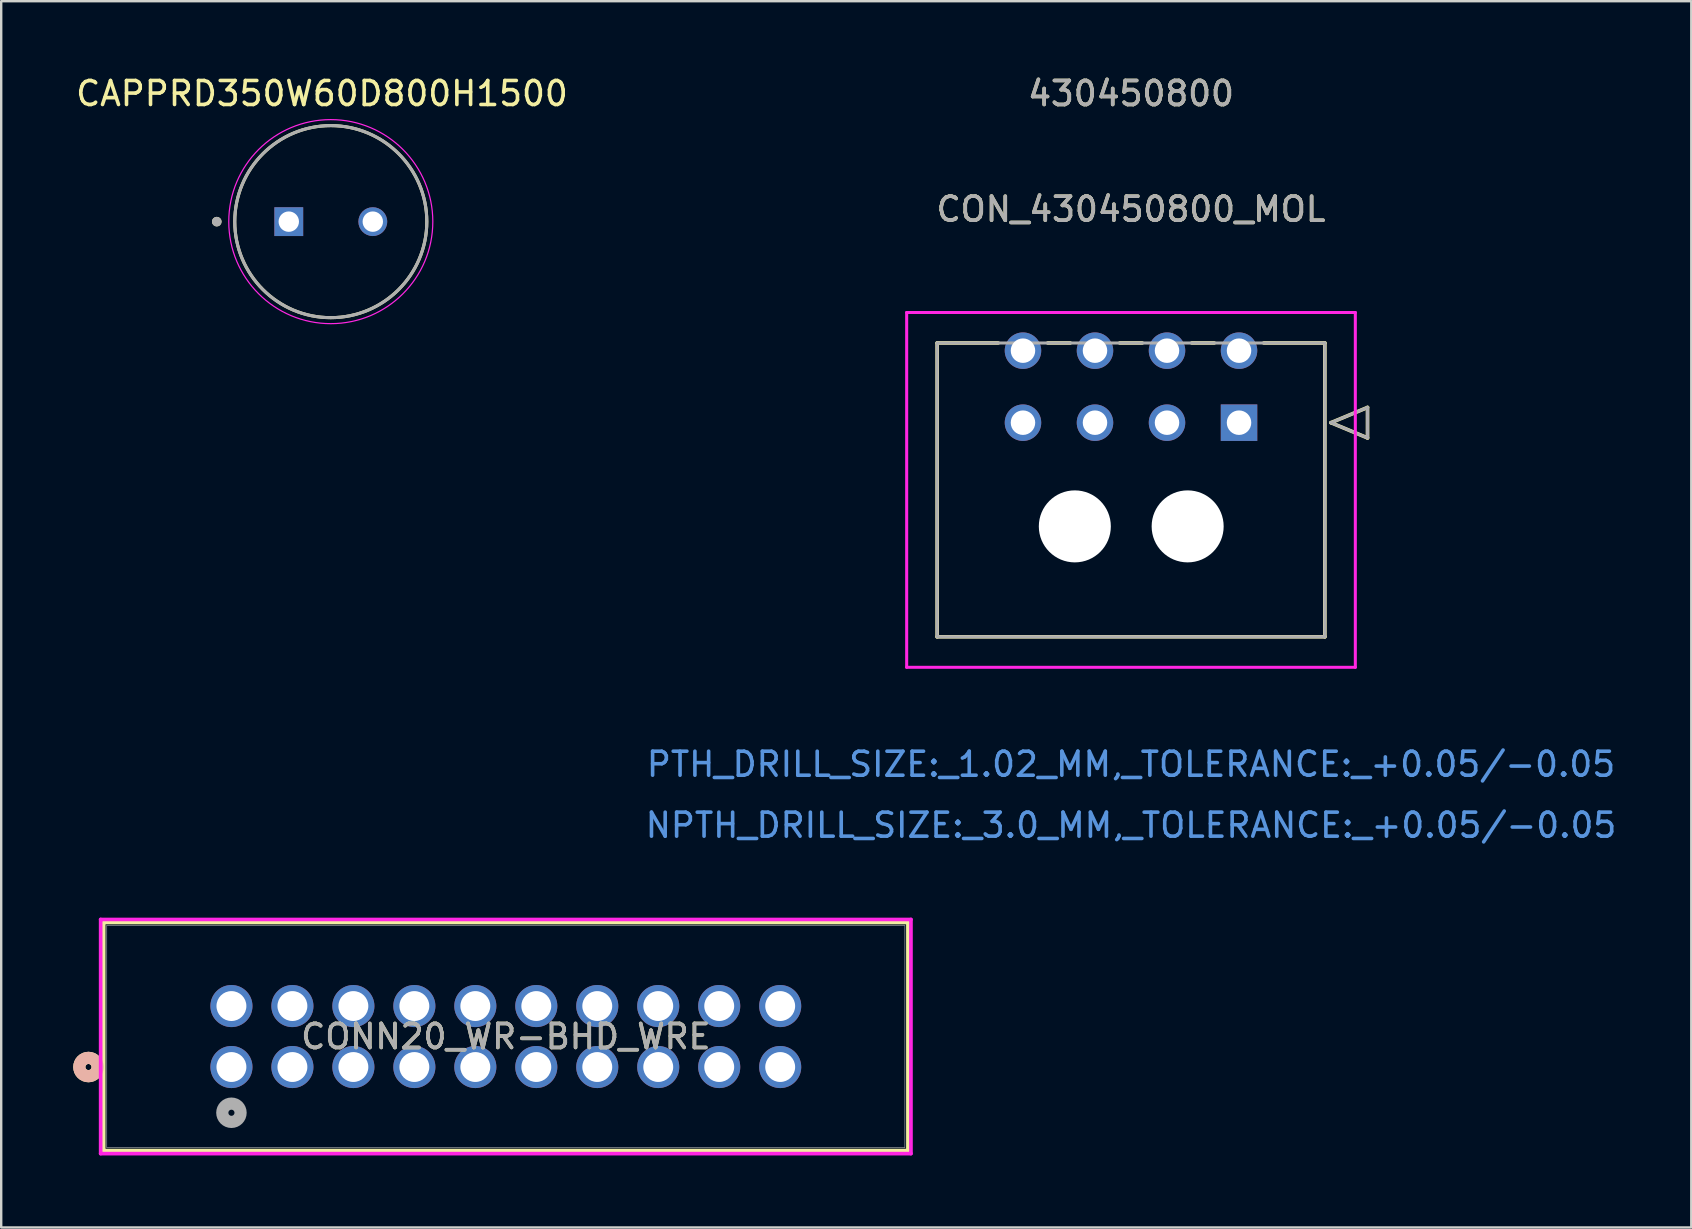
<source format=kicad_pcb>
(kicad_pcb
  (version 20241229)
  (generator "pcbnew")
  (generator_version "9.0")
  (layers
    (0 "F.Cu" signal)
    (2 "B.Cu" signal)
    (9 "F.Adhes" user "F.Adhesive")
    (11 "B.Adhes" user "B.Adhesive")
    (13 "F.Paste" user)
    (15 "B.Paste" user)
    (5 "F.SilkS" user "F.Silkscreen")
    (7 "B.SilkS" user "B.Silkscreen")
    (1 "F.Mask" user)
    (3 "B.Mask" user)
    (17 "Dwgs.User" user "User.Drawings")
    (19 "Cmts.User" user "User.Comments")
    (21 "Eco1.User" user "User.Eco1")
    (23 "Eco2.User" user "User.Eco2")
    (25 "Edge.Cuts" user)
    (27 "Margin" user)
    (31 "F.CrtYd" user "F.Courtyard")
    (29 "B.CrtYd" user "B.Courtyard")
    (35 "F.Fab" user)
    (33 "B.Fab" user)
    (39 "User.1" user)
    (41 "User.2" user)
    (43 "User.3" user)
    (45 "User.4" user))
  (footprint "CONN20_WR-BHD_WRE"
    (layer "F.Cu")
    (at 6.591 41.4)
    (property "Reference" "CONN20_WR-BHD_WRE" (at 11.43 -1.27 0) (unlocked yes) (layer "F.SilkS") (effects (font (size 1 1) (thickness 0.15))))
    (attr through_hole)
    (fp_line (start -5.321 -6.02) (end -5.321 3.48) (stroke (width 0.152) (type solid)) (layer "F.SilkS"))
    (fp_line (start -5.321 3.48) (end 28.181 3.48) (stroke (width 0.152) (type solid)) (layer "F.SilkS"))
    (fp_line (start 28.181 -6.02) (end -5.321 -6.02) (stroke (width 0.152) (type solid)) (layer "F.SilkS"))
    (fp_line (start 28.181 3.48) (end 28.181 -6.02) (stroke (width 0.152) (type solid)) (layer "F.SilkS"))
    (fp_circle (center -5.956 0) (end -5.575 0) (stroke (width 0.508) (type solid)) (fill no) (layer "F.SilkS"))
    (fp_circle (center -5.956 0) (end -5.575 0) (stroke (width 0.508) (type solid)) (fill no) (layer "B.SilkS"))
    (fp_line (start -5.448 -6.147) (end -5.448 3.607) (stroke (width 0.152) (type solid)) (layer "F.CrtYd"))
    (fp_line (start -5.448 3.607) (end 28.308 3.607) (stroke (width 0.152) (type solid)) (layer "F.CrtYd"))
    (fp_line (start 28.308 -6.147) (end -5.448 -6.147) (stroke (width 0.152) (type solid)) (layer "F.CrtYd"))
    (fp_line (start 28.308 3.607) (end 28.308 -6.147) (stroke (width 0.152) (type solid)) (layer "F.CrtYd"))
    (fp_line (start -5.194 -5.893) (end -5.194 3.353) (stroke (width 0.025) (type solid)) (layer "F.Fab"))
    (fp_line (start -5.194 3.353) (end 28.054 3.353) (stroke (width 0.025) (type solid)) (layer "F.Fab"))
    (fp_line (start 28.054 -5.893) (end -5.194 -5.893) (stroke (width 0.025) (type solid)) (layer "F.Fab"))
    (fp_line (start 28.054 3.353) (end 28.054 -5.893) (stroke (width 0.025) (type solid)) (layer "F.Fab"))
    (fp_circle (center 0 1.905) (end 0.381 1.905) (stroke (width 0.508) (type solid)) (fill no) (layer "F.Fab"))
    (fp_text user "${REFERENCE}" (at 11.43 -1.27 0) (unlocked yes) (layer "F.Fab") (effects (font (size 1 1) (thickness 0.15))))
    (pad "1" thru_hole circle (at 0 0) (size 1.753 1.753) (drill 1.245) (layers "*.Cu" "*.Mask"))
    (pad "2" thru_hole circle (at 0 -2.54) (size 1.753 1.753) (drill 1.245) (layers "*.Cu" "*.Mask"))
    (pad "3" thru_hole circle (at 2.54 0) (size 1.753 1.753) (drill 1.245) (layers "*.Cu" "*.Mask"))
    (pad "4" thru_hole circle (at 2.54 -2.54) (size 1.753 1.753) (drill 1.245) (layers "*.Cu" "*.Mask"))
    (pad "5" thru_hole circle (at 5.08 0) (size 1.753 1.753) (drill 1.245) (layers "*.Cu" "*.Mask"))
    (pad "6" thru_hole circle (at 5.08 -2.54) (size 1.753 1.753) (drill 1.245) (layers "*.Cu" "*.Mask"))
    (pad "7" thru_hole circle (at 7.62 0) (size 1.753 1.753) (drill 1.245) (layers "*.Cu" "*.Mask"))
    (pad "8" thru_hole circle (at 7.62 -2.54) (size 1.753 1.753) (drill 1.245) (layers "*.Cu" "*.Mask"))
    (pad "9" thru_hole circle (at 10.16 0) (size 1.753 1.753) (drill 1.245) (layers "*.Cu" "*.Mask"))
    (pad "10" thru_hole circle (at 10.16 -2.54) (size 1.753 1.753) (drill 1.245) (layers "*.Cu" "*.Mask"))
    (pad "11" thru_hole circle (at 12.7 0) (size 1.753 1.753) (drill 1.245) (layers "*.Cu" "*.Mask"))
    (pad "12" thru_hole circle (at 12.7 -2.54) (size 1.753 1.753) (drill 1.245) (layers "*.Cu" "*.Mask"))
    (pad "13" thru_hole circle (at 15.24 0) (size 1.753 1.753) (drill 1.245) (layers "*.Cu" "*.Mask"))
    (pad "14" thru_hole circle (at 15.24 -2.54) (size 1.753 1.753) (drill 1.245) (layers "*.Cu" "*.Mask"))
    (pad "15" thru_hole circle (at 17.78 0) (size 1.753 1.753) (drill 1.245) (layers "*.Cu" "*.Mask"))
    (pad "16" thru_hole circle (at 17.78 -2.54) (size 1.753 1.753) (drill 1.245) (layers "*.Cu" "*.Mask"))
    (pad "17" thru_hole circle (at 20.32 0) (size 1.753 1.753) (drill 1.245) (layers "*.Cu" "*.Mask"))
    (pad "18" thru_hole circle (at 20.32 -2.54) (size 1.753 1.753) (drill 1.245) (layers "*.Cu" "*.Mask"))
    (pad "19" thru_hole circle (at 22.86 0) (size 1.753 1.753) (drill 1.245) (layers "*.Cu" "*.Mask"))
    (pad "20" thru_hole circle (at 22.86 -2.54) (size 1.753 1.753) (drill 1.245) (layers "*.Cu" "*.Mask")))
  (footprint "CON_430450800_MOL"
    (layer "F.Cu")
    (at 48.565 14.558)
    (property "Reference" "CON_430450800_MOL" (at -4.5 -8.89 0) (unlocked yes) (layer "F.SilkS") (effects (font (size 1 1) (thickness 0.15))))
    (attr through_hole)
    (fp_line (start -12.575 -3.32) (end -12.575 8.92) (stroke (width 0.152) (type solid)) (layer "F.SilkS"))
    (fp_line (start -12.575 8.92) (end 3.575 8.92) (stroke (width 0.152) (type solid)) (layer "F.SilkS"))
    (fp_line (start -10.032 -3.32) (end -12.575 -3.32) (stroke (width 0.152) (type solid)) (layer "F.SilkS"))
    (fp_line (start -7.032 -3.32) (end -7.968 -3.32) (stroke (width 0.152) (type solid)) (layer "F.SilkS"))
    (fp_line (start -4.032 -3.32) (end -4.968 -3.32) (stroke (width 0.152) (type solid)) (layer "F.SilkS"))
    (fp_line (start -1.032 -3.32) (end -1.968 -3.32) (stroke (width 0.152) (type solid)) (layer "F.SilkS"))
    (fp_line (start 3.575 -3.32) (end 1.032 -3.32) (stroke (width 0.152) (type solid)) (layer "F.SilkS"))
    (fp_line (start 3.575 8.92) (end 3.575 -3.32) (stroke (width 0.152) (type solid)) (layer "F.SilkS"))
    (fp_line (start 3.829 0) (end 5.353 -0.635) (stroke (width 0.152) (type solid)) (layer "F.SilkS"))
    (fp_line (start 5.353 -0.635) (end 5.353 0.635) (stroke (width 0.152) (type solid)) (layer "F.SilkS"))
    (fp_line (start 5.353 0.635) (end 3.829 0) (stroke (width 0.152) (type solid)) (layer "F.SilkS"))
    (fp_line (start -13.845 -4.59) (end -13.845 10.19) (stroke (width 0.127) (type solid)) (layer "F.CrtYd"))
    (fp_line (start -13.845 10.19) (end 4.845 10.19) (stroke (width 0.127) (type solid)) (layer "F.CrtYd"))
    (fp_line (start 4.845 -4.59) (end -13.845 -4.59) (stroke (width 0.127) (type solid)) (layer "F.CrtYd"))
    (fp_line (start 4.845 10.19) (end 4.845 -4.59) (stroke (width 0.127) (type solid)) (layer "F.CrtYd"))
    (fp_line (start -12.575 -3.32) (end -12.575 8.92) (stroke (width 0.127) (type solid)) (layer "F.Fab"))
    (fp_line (start -12.575 8.92) (end 3.575 8.92) (stroke (width 0.127) (type solid)) (layer "F.Fab"))
    (fp_line (start 3.575 -3.32) (end -12.575 -3.32) (stroke (width 0.127) (type solid)) (layer "F.Fab"))
    (fp_line (start 3.575 8.92) (end 3.575 -3.32) (stroke (width 0.127) (type solid)) (layer "F.Fab"))
    (fp_line (start 3.829 0) (end 5.353 -0.635) (stroke (width 0.127) (type solid)) (layer "F.Fab"))
    (fp_line (start 5.353 -0.635) (end 5.353 0.635) (stroke (width 0.127) (type solid)) (layer "F.Fab"))
    (fp_line (start 5.353 0.635) (end 3.829 0) (stroke (width 0.127) (type solid)) (layer "F.Fab"))
    (fp_text user "430450800" (at -4.5 -13.71 0) (unlocked yes) (layer "F.SilkS") (effects (font (size 1 1) (thickness 0.15))))
    (fp_text user "NPTH_DRILL_SIZE:_3.0_MM,_TOLERANCE:_+0.05/-0.05" (at -4.5 16.77 0) (unlocked yes) (layer "Cmts.User") (effects (font (size 1 1) (thickness 0.15))))
    (fp_text user "PTH_DRILL_SIZE:_1.02_MM,_TOLERANCE:_+0.05/-0.05" (at -4.5 14.23 0) (unlocked yes) (layer "Cmts.User") (effects (font (size 1 1) (thickness 0.15))))
    (fp_text user "${REFERENCE}" (at -4.5 -8.89 0) (unlocked yes) (layer "F.Fab") (effects (font (size 1 1) (thickness 0.15))))
    (fp_text user "430450800" (at -4.5 -13.71 0) (unlocked yes) (layer "F.Fab") (effects (font (size 1 1) (thickness 0.15))))
    (pad "" np_thru_hole circle (at -6.84 4.32) (size 3 3) (drill 3) (layers "*.Cu" "*.Mask"))
    (pad "" np_thru_hole circle (at -2.14 4.32) (size 3 3) (drill 3) (layers "*.Cu" "*.Mask"))
    (pad "1" thru_hole rect (at 0 0) (size 1.52 1.52) (drill 1.02) (layers "*.Cu" "*.Mask"))
    (pad "2" thru_hole circle (at -3 0) (size 1.52 1.52) (drill 1.02) (layers "*.Cu" "*.Mask"))
    (pad "3" thru_hole circle (at -6 0) (size 1.52 1.52) (drill 1.02) (layers "*.Cu" "*.Mask"))
    (pad "4" thru_hole circle (at -9 0) (size 1.52 1.52) (drill 1.02) (layers "*.Cu" "*.Mask"))
    (pad "5" thru_hole circle (at 0 -3) (size 1.52 1.52) (drill 1.02) (layers "*.Cu" "*.Mask"))
    (pad "6" thru_hole circle (at -3 -3) (size 1.52 1.52) (drill 1.02) (layers "*.Cu" "*.Mask"))
    (pad "7" thru_hole circle (at -6 -3) (size 1.52 1.52) (drill 1.02) (layers "*.Cu" "*.Mask"))
    (pad "8" thru_hole circle (at -9 -3) (size 1.52 1.52) (drill 1.02) (layers "*.Cu" "*.Mask")))
  (footprint "CAPPRD350W60D800H1500"
    (layer "F.Cu")
    (at 10.73 6.183)
    (property "Reference" "CAPPRD350W60D800H1500" (at -0.367 -5.335 0) (layer "F.SilkS") (effects (font (size 1 1) (thickness 0.15))))
    (attr through_hole)
    (fp_circle (center -4.75 0) (end -4.65 0) (stroke (width 0.2) (type solid)) (fill no) (layer "F.SilkS"))
    (fp_circle (center 0 0) (end 4 0) (stroke (width 0.127) (type solid)) (fill no) (layer "F.SilkS"))
    (fp_circle (center 0 0) (end 4.25 0) (stroke (width 0.05) (type solid)) (fill no) (layer "F.CrtYd"))
    (fp_circle (center -4.75 0) (end -4.65 0) (stroke (width 0.2) (type solid)) (fill no) (layer "F.Fab"))
    (fp_circle (center 0 0) (end 4 0) (stroke (width 0.127) (type solid)) (fill no) (layer "F.Fab"))
    (pad "N" thru_hole circle (at 1.75 0) (size 1.2 1.2) (drill 0.85) (layers "*.Cu" "*.Mask"))
    (pad "P" thru_hole rect (at -1.75 0) (size 1.2 1.2) (drill 0.85) (layers "*.Cu" "*.Mask")))
  (gr_rect
    (start -3 -3)
    (end 67.405 48.083)
    (stroke (width 0.1) (type default))
    (fill no)
    (layer "Edge.Cuts")))
</source>
